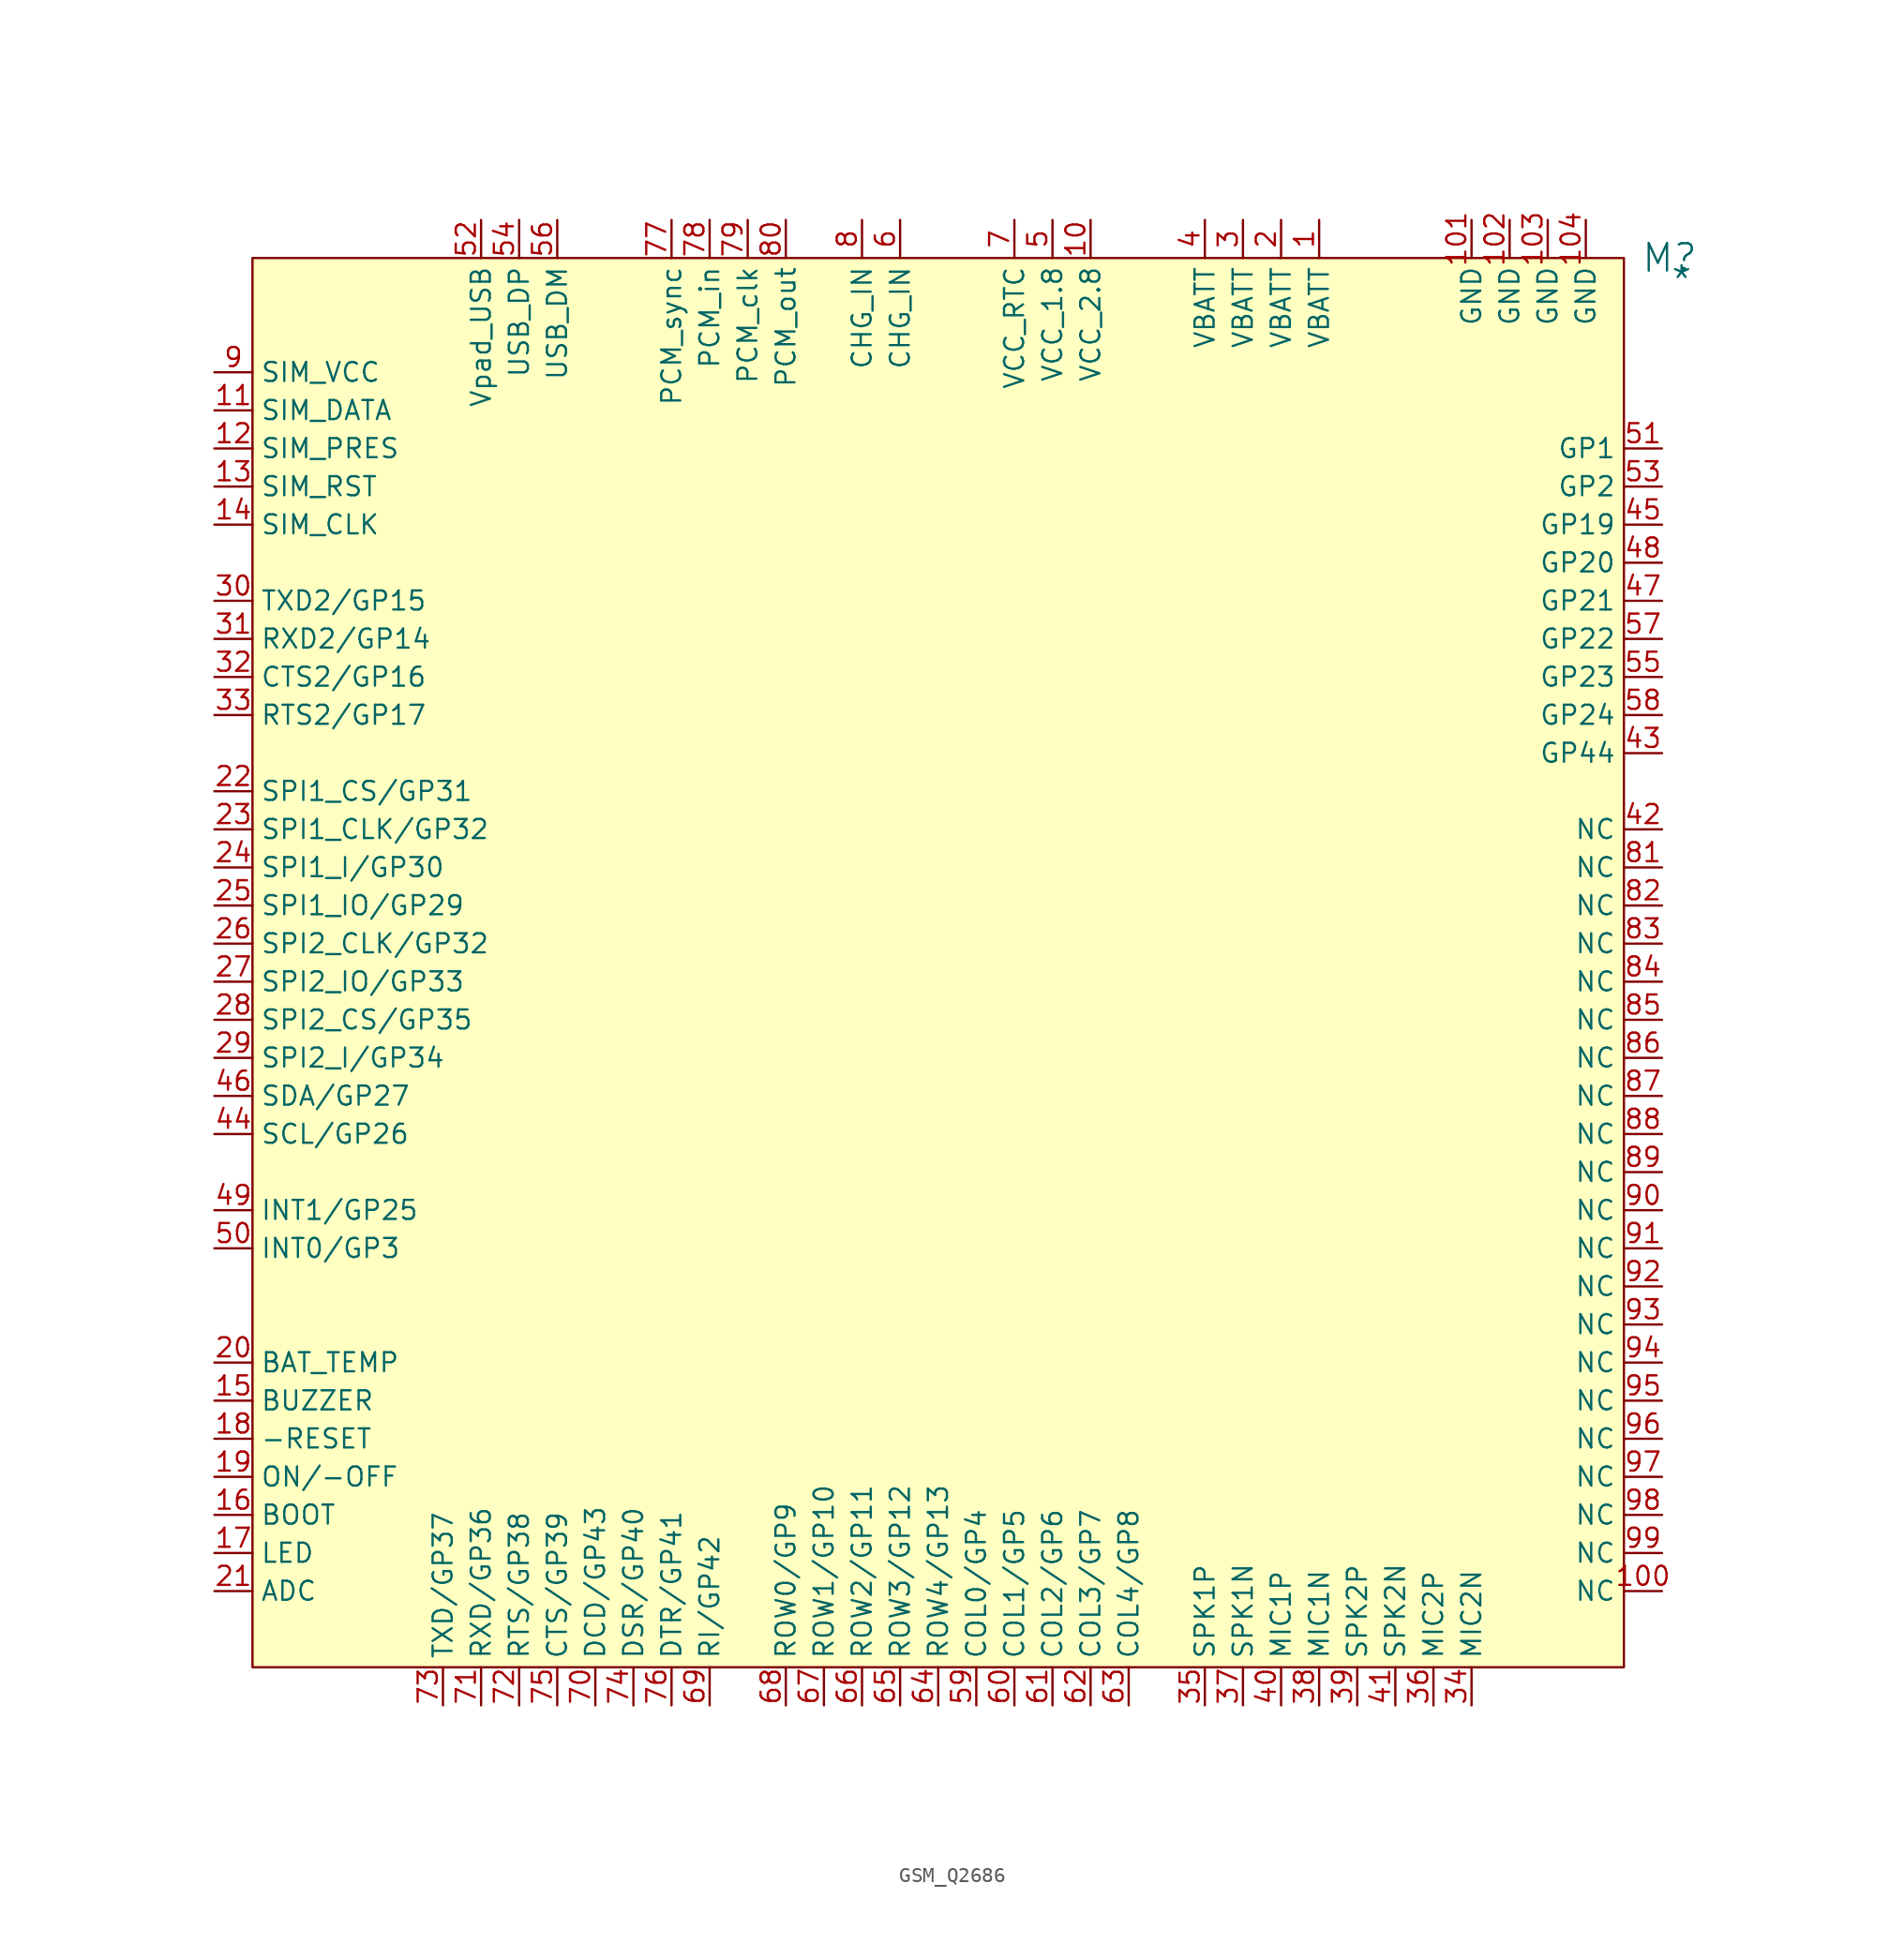
<source format=kicad_sym>
(kicad_symbol_lib
  (version 20241209)
  (generator "kicad_symbol_editor")
  (generator_version "9.0")
  (symbol "GSM_Q2686"
    (property "Reference" "M"
      (at 94.488 0 0)
      (effects (font (size 1.829 1.829))))
    (property "Value" "*"
      (at 94.488 -2.54 0)
      (effects (font (size 1.829 1.829)) (justify left bottom)))
    (symbol "GSM_Q2686_1_0"
      (rectangle (start 91.44 0) (end 0 -93.98) (stroke (width 0) (type solid) (color 128 0 0 1)) (fill (type background)))
      (pin passive line (at -2.54 -7.62 0) (length 2.54) (name "SIM_VCC" (effects (font (size 1.27 1.27)))) (number "9" (effects (font (size 1.27 1.27)))))
      (pin passive line (at -2.54 -10.16 0) (length 2.54) (name "SIM_DATA" (effects (font (size 1.27 1.27)))) (number "11" (effects (font (size 1.27 1.27)))))
      (pin passive line (at -2.54 -12.7 0) (length 2.54) (name "SIM_PRES" (effects (font (size 1.27 1.27)))) (number "12" (effects (font (size 1.27 1.27)))))
      (pin passive line (at -2.54 -15.24 0) (length 2.54) (name "SIM_RST" (effects (font (size 1.27 1.27)))) (number "13" (effects (font (size 1.27 1.27)))))
      (pin passive line (at -2.54 -17.78 0) (length 2.54) (name "SIM_CLK" (effects (font (size 1.27 1.27)))) (number "14" (effects (font (size 1.27 1.27)))))
      (pin passive line (at -2.54 -22.86 0) (length 2.54) (name "TXD2/GP15" (effects (font (size 1.27 1.27)))) (number "30" (effects (font (size 1.27 1.27)))))
      (pin passive line (at -2.54 -25.4 0) (length 2.54) (name "RXD2/GP14" (effects (font (size 1.27 1.27)))) (number "31" (effects (font (size 1.27 1.27)))))
      (pin passive line (at -2.54 -27.94 0) (length 2.54) (name "CTS2/GP16" (effects (font (size 1.27 1.27)))) (number "32" (effects (font (size 1.27 1.27)))))
      (pin passive line (at -2.54 -30.48 0) (length 2.54) (name "RTS2/GP17" (effects (font (size 1.27 1.27)))) (number "33" (effects (font (size 1.27 1.27)))))
      (pin passive line (at -2.54 -35.56 0) (length 2.54) (name "SPI1_CS/GP31" (effects (font (size 1.27 1.27)))) (number "22" (effects (font (size 1.27 1.27)))))
      (pin passive line (at -2.54 -38.1 0) (length 2.54) (name "SPI1_CLK/GP32" (effects (font (size 1.27 1.27)))) (number "23" (effects (font (size 1.27 1.27)))))
      (pin passive line (at -2.54 -40.64 0) (length 2.54) (name "SPI1_I/GP30" (effects (font (size 1.27 1.27)))) (number "24" (effects (font (size 1.27 1.27)))))
      (pin passive line (at -2.54 -43.18 0) (length 2.54) (name "SPI1_IO/GP29" (effects (font (size 1.27 1.27)))) (number "25" (effects (font (size 1.27 1.27)))))
      (pin passive line (at -2.54 -45.72 0) (length 2.54) (name "SPI2_CLK/GP32" (effects (font (size 1.27 1.27)))) (number "26" (effects (font (size 1.27 1.27)))))
      (pin passive line (at -2.54 -48.26 0) (length 2.54) (name "SPI2_IO/GP33" (effects (font (size 1.27 1.27)))) (number "27" (effects (font (size 1.27 1.27)))))
      (pin passive line (at -2.54 -50.8 0) (length 2.54) (name "SPI2_CS/GP35" (effects (font (size 1.27 1.27)))) (number "28" (effects (font (size 1.27 1.27)))))
      (pin passive line (at -2.54 -53.34 0) (length 2.54) (name "SPI2_I/GP34" (effects (font (size 1.27 1.27)))) (number "29" (effects (font (size 1.27 1.27)))))
      (pin passive line (at -2.54 -55.88 0) (length 2.54) (name "SDA/GP27" (effects (font (size 1.27 1.27)))) (number "46" (effects (font (size 1.27 1.27)))))
      (pin passive line (at -2.54 -58.42 0) (length 2.54) (name "SCL/GP26" (effects (font (size 1.27 1.27)))) (number "44" (effects (font (size 1.27 1.27)))))
      (pin passive line (at -2.54 -63.5 0) (length 2.54) (name "INT1/GP25" (effects (font (size 1.27 1.27)))) (number "49" (effects (font (size 1.27 1.27)))))
      (pin passive line (at -2.54 -66.04 0) (length 2.54) (name "INT0/GP3" (effects (font (size 1.27 1.27)))) (number "50" (effects (font (size 1.27 1.27)))))
      (pin passive line (at -2.54 -73.66 0) (length 2.54) (name "BAT_TEMP" (effects (font (size 1.27 1.27)))) (number "20" (effects (font (size 1.27 1.27)))))
      (pin passive line (at -2.54 -76.2 0) (length 2.54) (name "BUZZER" (effects (font (size 1.27 1.27)))) (number "15" (effects (font (size 1.27 1.27)))))
      (pin passive line (at -2.54 -78.74 0) (length 2.54) (name "-RESET" (effects (font (size 1.27 1.27)))) (number "18" (effects (font (size 1.27 1.27)))))
      (pin passive line (at -2.54 -81.28 0) (length 2.54) (name "ON/-OFF" (effects (font (size 1.27 1.27)))) (number "19" (effects (font (size 1.27 1.27)))))
      (pin passive line (at -2.54 -83.82 0) (length 2.54) (name "BOOT" (effects (font (size 1.27 1.27)))) (number "16" (effects (font (size 1.27 1.27)))))
      (pin passive line (at -2.54 -86.36 0) (length 2.54) (name "LED" (effects (font (size 1.27 1.27)))) (number "17" (effects (font (size 1.27 1.27)))))
      (pin passive line (at -2.54 -88.9 0) (length 2.54) (name "ADC" (effects (font (size 1.27 1.27)))) (number "21" (effects (font (size 1.27 1.27)))))
      (pin passive line (at 12.7 -96.52 90) (length 2.54) (name "TXD/GP37" (effects (font (size 1.27 1.27)))) (number "73" (effects (font (size 1.27 1.27)))))
      (pin passive line (at 15.24 2.54 270) (length 2.54) (name "Vpad_USB" (effects (font (size 1.27 1.27)))) (number "52" (effects (font (size 1.27 1.27)))))
      (pin passive line (at 15.24 -96.52 90) (length 2.54) (name "RXD/GP36" (effects (font (size 1.27 1.27)))) (number "71" (effects (font (size 1.27 1.27)))))
      (pin passive line (at 17.78 2.54 270) (length 2.54) (name "USB_DP" (effects (font (size 1.27 1.27)))) (number "54" (effects (font (size 1.27 1.27)))))
      (pin passive line (at 17.78 -96.52 90) (length 2.54) (name "RTS/GP38" (effects (font (size 1.27 1.27)))) (number "72" (effects (font (size 1.27 1.27)))))
      (pin passive line (at 20.32 2.54 270) (length 2.54) (name "USB_DM" (effects (font (size 1.27 1.27)))) (number "56" (effects (font (size 1.27 1.27)))))
      (pin passive line (at 20.32 -96.52 90) (length 2.54) (name "CTS/GP39" (effects (font (size 1.27 1.27)))) (number "75" (effects (font (size 1.27 1.27)))))
      (pin passive line (at 22.86 -96.52 90) (length 2.54) (name "DCD/GP43" (effects (font (size 1.27 1.27)))) (number "70" (effects (font (size 1.27 1.27)))))
      (pin passive line (at 25.4 -96.52 90) (length 2.54) (name "DSR/GP40" (effects (font (size 1.27 1.27)))) (number "74" (effects (font (size 1.27 1.27)))))
      (pin passive line (at 27.94 2.54 270) (length 2.54) (name "PCM_sync" (effects (font (size 1.27 1.27)))) (number "77" (effects (font (size 1.27 1.27)))))
      (pin passive line (at 27.94 -96.52 90) (length 2.54) (name "DTR/GP41" (effects (font (size 1.27 1.27)))) (number "76" (effects (font (size 1.27 1.27)))))
      (pin passive line (at 30.48 2.54 270) (length 2.54) (name "PCM_in" (effects (font (size 1.27 1.27)))) (number "78" (effects (font (size 1.27 1.27)))))
      (pin passive line (at 30.48 -96.52 90) (length 2.54) (name "RI/GP42" (effects (font (size 1.27 1.27)))) (number "69" (effects (font (size 1.27 1.27)))))
      (pin passive line (at 33.02 2.54 270) (length 2.54) (name "PCM_clk" (effects (font (size 1.27 1.27)))) (number "79" (effects (font (size 1.27 1.27)))))
      (pin passive line (at 35.56 2.54 270) (length 2.54) (name "PCM_out" (effects (font (size 1.27 1.27)))) (number "80" (effects (font (size 1.27 1.27)))))
      (pin passive line (at 35.56 -96.52 90) (length 2.54) (name "ROW0/GP9" (effects (font (size 1.27 1.27)))) (number "68" (effects (font (size 1.27 1.27)))))
      (pin passive line (at 38.1 -96.52 90) (length 2.54) (name "ROW1/GP10" (effects (font (size 1.27 1.27)))) (number "67" (effects (font (size 1.27 1.27)))))
      (pin passive line (at 40.64 2.54 270) (length 2.54) (name "CHG_IN" (effects (font (size 1.27 1.27)))) (number "8" (effects (font (size 1.27 1.27)))))
      (pin passive line (at 40.64 -96.52 90) (length 2.54) (name "ROW2/GP11" (effects (font (size 1.27 1.27)))) (number "66" (effects (font (size 1.27 1.27)))))
      (pin passive line (at 43.18 2.54 270) (length 2.54) (name "CHG_IN" (effects (font (size 1.27 1.27)))) (number "6" (effects (font (size 1.27 1.27)))))
      (pin passive line (at 43.18 -96.52 90) (length 2.54) (name "ROW3/GP12" (effects (font (size 1.27 1.27)))) (number "65" (effects (font (size 1.27 1.27)))))
      (pin passive line (at 45.72 -96.52 90) (length 2.54) (name "ROW4/GP13" (effects (font (size 1.27 1.27)))) (number "64" (effects (font (size 1.27 1.27)))))
      (pin passive line (at 48.26 -96.52 90) (length 2.54) (name "COL0/GP4" (effects (font (size 1.27 1.27)))) (number "59" (effects (font (size 1.27 1.27)))))
      (pin passive line (at 50.8 2.54 270) (length 2.54) (name "VCC_RTC" (effects (font (size 1.27 1.27)))) (number "7" (effects (font (size 1.27 1.27)))))
      (pin passive line (at 50.8 -96.52 90) (length 2.54) (name "COL1/GP5" (effects (font (size 1.27 1.27)))) (number "60" (effects (font (size 1.27 1.27)))))
      (pin passive line (at 53.34 2.54 270) (length 2.54) (name "VCC_1.8" (effects (font (size 1.27 1.27)))) (number "5" (effects (font (size 1.27 1.27)))))
      (pin passive line (at 53.34 -96.52 90) (length 2.54) (name "COL2/GP6" (effects (font (size 1.27 1.27)))) (number "61" (effects (font (size 1.27 1.27)))))
      (pin passive line (at 55.88 2.54 270) (length 2.54) (name "VCC_2.8" (effects (font (size 1.27 1.27)))) (number "10" (effects (font (size 1.27 1.27)))))
      (pin passive line (at 55.88 -96.52 90) (length 2.54) (name "COL3/GP7" (effects (font (size 1.27 1.27)))) (number "62" (effects (font (size 1.27 1.27)))))
      (pin passive line (at 58.42 -96.52 90) (length 2.54) (name "COL4/GP8" (effects (font (size 1.27 1.27)))) (number "63" (effects (font (size 1.27 1.27)))))
      (pin passive line (at 63.5 2.54 270) (length 2.54) (name "VBATT" (effects (font (size 1.27 1.27)))) (number "4" (effects (font (size 1.27 1.27)))))
      (pin passive line (at 63.5 -96.52 90) (length 2.54) (name "SPK1P" (effects (font (size 1.27 1.27)))) (number "35" (effects (font (size 1.27 1.27)))))
      (pin passive line (at 66.04 2.54 270) (length 2.54) (name "VBATT" (effects (font (size 1.27 1.27)))) (number "3" (effects (font (size 1.27 1.27)))))
      (pin passive line (at 66.04 -96.52 90) (length 2.54) (name "SPK1N" (effects (font (size 1.27 1.27)))) (number "37" (effects (font (size 1.27 1.27)))))
      (pin passive line (at 68.58 2.54 270) (length 2.54) (name "VBATT" (effects (font (size 1.27 1.27)))) (number "2" (effects (font (size 1.27 1.27)))))
      (pin passive line (at 68.58 -96.52 90) (length 2.54) (name "MIC1P" (effects (font (size 1.27 1.27)))) (number "40" (effects (font (size 1.27 1.27)))))
      (pin passive line (at 71.12 2.54 270) (length 2.54) (name "VBATT" (effects (font (size 1.27 1.27)))) (number "1" (effects (font (size 1.27 1.27)))))
      (pin passive line (at 71.12 -96.52 90) (length 2.54) (name "MIC1N" (effects (font (size 1.27 1.27)))) (number "38" (effects (font (size 1.27 1.27)))))
      (pin passive line (at 73.66 -96.52 90) (length 2.54) (name "SPK2P" (effects (font (size 1.27 1.27)))) (number "39" (effects (font (size 1.27 1.27)))))
      (pin passive line (at 76.2 -96.52 90) (length 2.54) (name "SPK2N" (effects (font (size 1.27 1.27)))) (number "41" (effects (font (size 1.27 1.27)))))
      (pin passive line (at 78.74 -96.52 90) (length 2.54) (name "MIC2P" (effects (font (size 1.27 1.27)))) (number "36" (effects (font (size 1.27 1.27)))))
      (pin passive line (at 81.28 2.54 270) (length 2.54) (name "GND" (effects (font (size 1.27 1.27)))) (number "101" (effects (font (size 1.27 1.27)))))
      (pin passive line (at 81.28 -96.52 90) (length 2.54) (name "MIC2N" (effects (font (size 1.27 1.27)))) (number "34" (effects (font (size 1.27 1.27)))))
      (pin passive line (at 83.82 2.54 270) (length 2.54) (name "GND" (effects (font (size 1.27 1.27)))) (number "102" (effects (font (size 1.27 1.27)))))
      (pin passive line (at 86.36 2.54 270) (length 2.54) (name "GND" (effects (font (size 1.27 1.27)))) (number "103" (effects (font (size 1.27 1.27)))))
      (pin passive line (at 88.9 2.54 270) (length 2.54) (name "GND" (effects (font (size 1.27 1.27)))) (number "104" (effects (font (size 1.27 1.27)))))
      (pin passive line (at 93.98 -12.7 180) (length 2.54) (name "GP1" (effects (font (size 1.27 1.27)))) (number "51" (effects (font (size 1.27 1.27)))))
      (pin passive line (at 93.98 -15.24 180) (length 2.54) (name "GP2" (effects (font (size 1.27 1.27)))) (number "53" (effects (font (size 1.27 1.27)))))
      (pin passive line (at 93.98 -17.78 180) (length 2.54) (name "GP19" (effects (font (size 1.27 1.27)))) (number "45" (effects (font (size 1.27 1.27)))))
      (pin passive line (at 93.98 -20.32 180) (length 2.54) (name "GP20" (effects (font (size 1.27 1.27)))) (number "48" (effects (font (size 1.27 1.27)))))
      (pin passive line (at 93.98 -22.86 180) (length 2.54) (name "GP21" (effects (font (size 1.27 1.27)))) (number "47" (effects (font (size 1.27 1.27)))))
      (pin passive line (at 93.98 -25.4 180) (length 2.54) (name "GP22" (effects (font (size 1.27 1.27)))) (number "57" (effects (font (size 1.27 1.27)))))
      (pin passive line (at 93.98 -27.94 180) (length 2.54) (name "GP23" (effects (font (size 1.27 1.27)))) (number "55" (effects (font (size 1.27 1.27)))))
      (pin passive line (at 93.98 -30.48 180) (length 2.54) (name "GP24" (effects (font (size 1.27 1.27)))) (number "58" (effects (font (size 1.27 1.27)))))
      (pin passive line (at 93.98 -33.02 180) (length 2.54) (name "GP44" (effects (font (size 1.27 1.27)))) (number "43" (effects (font (size 1.27 1.27)))))
      (pin passive line (at 93.98 -38.1 180) (length 2.54) (name "NC" (effects (font (size 1.27 1.27)))) (number "42" (effects (font (size 1.27 1.27)))))
      (pin passive line (at 93.98 -40.64 180) (length 2.54) (name "NC" (effects (font (size 1.27 1.27)))) (number "81" (effects (font (size 1.27 1.27)))))
      (pin passive line (at 93.98 -43.18 180) (length 2.54) (name "NC" (effects (font (size 1.27 1.27)))) (number "82" (effects (font (size 1.27 1.27)))))
      (pin passive line (at 93.98 -45.72 180) (length 2.54) (name "NC" (effects (font (size 1.27 1.27)))) (number "83" (effects (font (size 1.27 1.27)))))
      (pin passive line (at 93.98 -48.26 180) (length 2.54) (name "NC" (effects (font (size 1.27 1.27)))) (number "84" (effects (font (size 1.27 1.27)))))
      (pin passive line (at 93.98 -50.8 180) (length 2.54) (name "NC" (effects (font (size 1.27 1.27)))) (number "85" (effects (font (size 1.27 1.27)))))
      (pin passive line (at 93.98 -53.34 180) (length 2.54) (name "NC" (effects (font (size 1.27 1.27)))) (number "86" (effects (font (size 1.27 1.27)))))
      (pin passive line (at 93.98 -55.88 180) (length 2.54) (name "NC" (effects (font (size 1.27 1.27)))) (number "87" (effects (font (size 1.27 1.27)))))
      (pin passive line (at 93.98 -58.42 180) (length 2.54) (name "NC" (effects (font (size 1.27 1.27)))) (number "88" (effects (font (size 1.27 1.27)))))
      (pin passive line (at 93.98 -60.96 180) (length 2.54) (name "NC" (effects (font (size 1.27 1.27)))) (number "89" (effects (font (size 1.27 1.27)))))
      (pin passive line (at 93.98 -63.5 180) (length 2.54) (name "NC" (effects (font (size 1.27 1.27)))) (number "90" (effects (font (size 1.27 1.27)))))
      (pin passive line (at 93.98 -66.04 180) (length 2.54) (name "NC" (effects (font (size 1.27 1.27)))) (number "91" (effects (font (size 1.27 1.27)))))
      (pin passive line (at 93.98 -68.58 180) (length 2.54) (name "NC" (effects (font (size 1.27 1.27)))) (number "92" (effects (font (size 1.27 1.27)))))
      (pin passive line (at 93.98 -71.12 180) (length 2.54) (name "NC" (effects (font (size 1.27 1.27)))) (number "93" (effects (font (size 1.27 1.27)))))
      (pin passive line (at 93.98 -73.66 180) (length 2.54) (name "NC" (effects (font (size 1.27 1.27)))) (number "94" (effects (font (size 1.27 1.27)))))
      (pin passive line (at 93.98 -76.2 180) (length 2.54) (name "NC" (effects (font (size 1.27 1.27)))) (number "95" (effects (font (size 1.27 1.27)))))
      (pin passive line (at 93.98 -78.74 180) (length 2.54) (name "NC" (effects (font (size 1.27 1.27)))) (number "96" (effects (font (size 1.27 1.27)))))
      (pin passive line (at 93.98 -81.28 180) (length 2.54) (name "NC" (effects (font (size 1.27 1.27)))) (number "97" (effects (font (size 1.27 1.27)))))
      (pin passive line (at 93.98 -83.82 180) (length 2.54) (name "NC" (effects (font (size 1.27 1.27)))) (number "98" (effects (font (size 1.27 1.27)))))
      (pin passive line (at 93.98 -86.36 180) (length 2.54) (name "NC" (effects (font (size 1.27 1.27)))) (number "99" (effects (font (size 1.27 1.27)))))
      (pin passive line (at 93.98 -88.9 180) (length 2.54) (name "NC" (effects (font (size 1.27 1.27)))) (number "100" (effects (font (size 1.27 1.27))))))))
</source>
